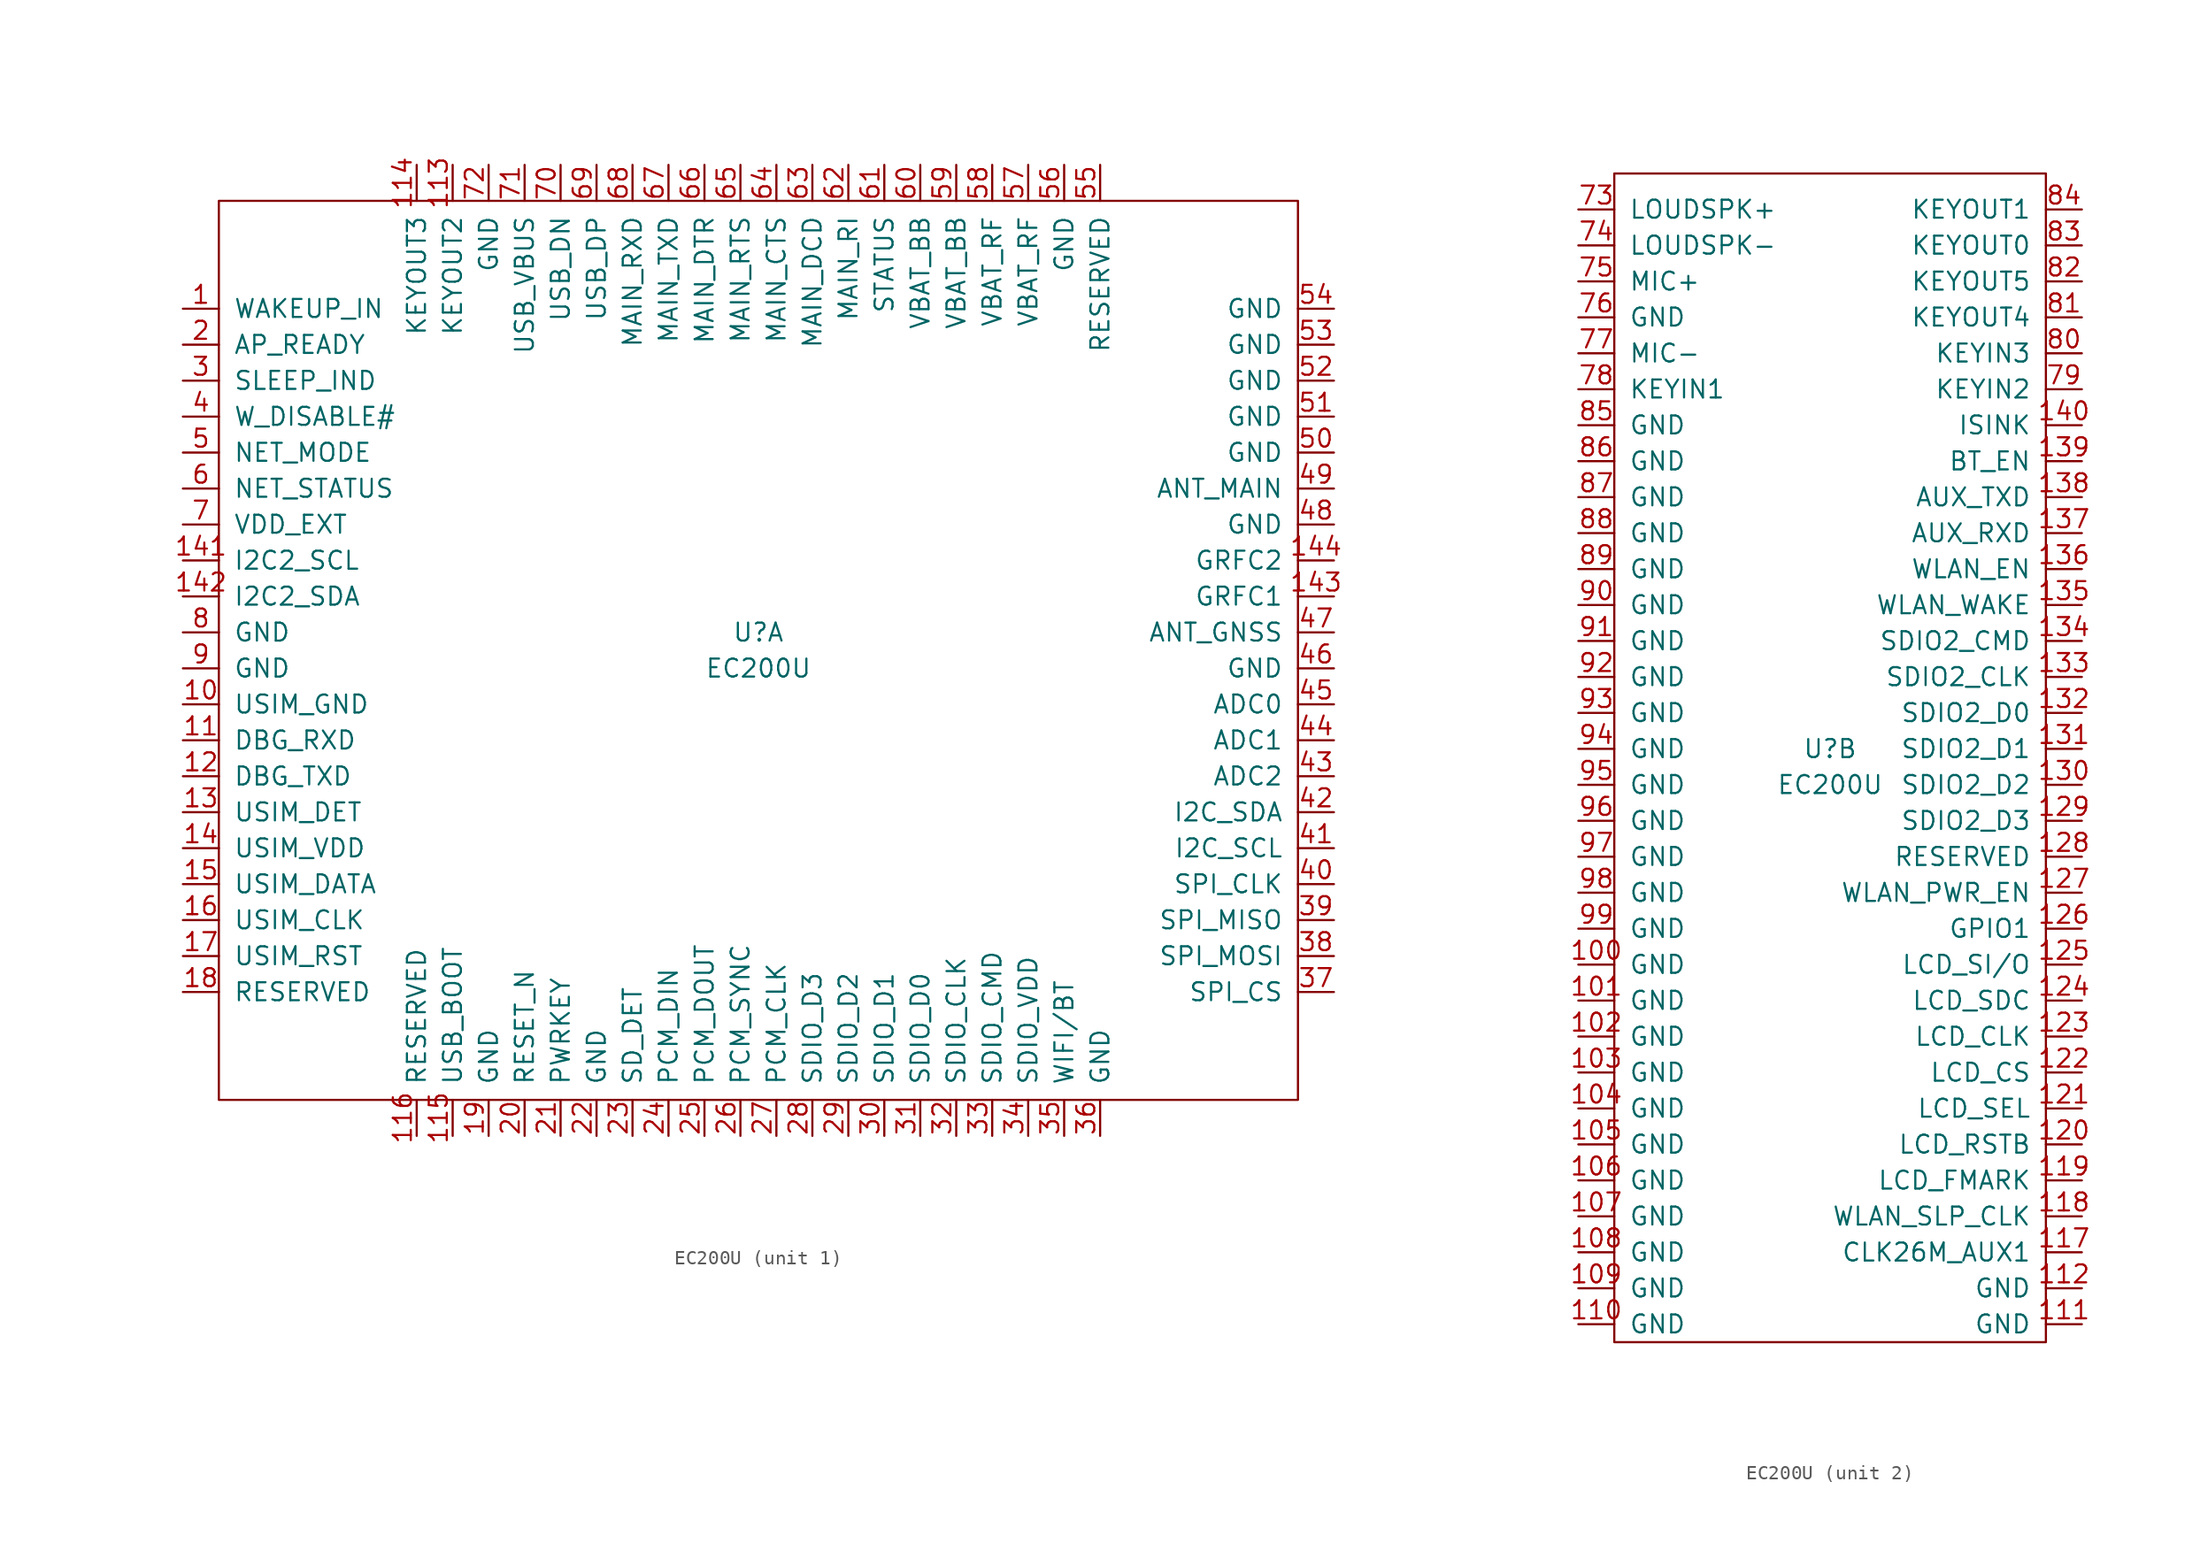
<source format=kicad_sym>
(kicad_symbol_lib
  (version 20211014)
  (generator kicad_symbol_editor)
  (symbol "EC200U"
    (pin_names
      (offset 1.016))
    (property "Reference" "U"
      (at 0 1.27 0)
      (effects (font (size 1.27 1.27))))
    (property "Value" "EC200U"
      (at 0 -1.27 0)
      (effects (font (size 1.27 1.27))))
    (property "ki_locked" ""
      (at 0 0 0)
      (effects (font (size 1.27 1.27))))
    (symbol "EC200U_1_1"
      (rectangle (start -38.1 31.75) (end 38.1 -31.75) (stroke (width 0) (type default) (color 0 0 0 0)) (fill (type none)))
      (pin bidirectional line (at -40.64 24.13 0) (length 2.54) (name "WAKEUP_IN" (effects (font (size 1.27 1.27)))) (number "1" (effects (font (size 1.27 1.27)))))
      (pin power_in line (at -40.64 -3.81 0) (length 2.54) (name "USIM_GND" (effects (font (size 1.27 1.27)))) (number "10" (effects (font (size 1.27 1.27)))))
      (pin bidirectional line (at -40.64 -6.35 0) (length 2.54) (name "DBG_RXD" (effects (font (size 1.27 1.27)))) (number "11" (effects (font (size 1.27 1.27)))))
      (pin bidirectional line (at -21.59 34.29 270) (length 2.54) (name "KEYOUT2" (effects (font (size 1.27 1.27)))) (number "113" (effects (font (size 1.27 1.27)))))
      (pin bidirectional line (at -24.13 34.29 270) (length 2.54) (name "KEYOUT3" (effects (font (size 1.27 1.27)))) (number "114" (effects (font (size 1.27 1.27)))))
      (pin bidirectional line (at -21.59 -34.29 90) (length 2.54) (name "USB_BOOT" (effects (font (size 1.27 1.27)))) (number "115" (effects (font (size 1.27 1.27)))))
      (pin bidirectional line (at -24.13 -34.29 90) (length 2.54) (name "RESERVED" (effects (font (size 1.27 1.27)))) (number "116" (effects (font (size 1.27 1.27)))))
      (pin bidirectional line (at -40.64 -8.89 0) (length 2.54) (name "DBG_TXD" (effects (font (size 1.27 1.27)))) (number "12" (effects (font (size 1.27 1.27)))))
      (pin bidirectional line (at -40.64 -11.43 0) (length 2.54) (name "USIM_DET" (effects (font (size 1.27 1.27)))) (number "13" (effects (font (size 1.27 1.27)))))
      (pin power_out line (at -40.64 -13.97 0) (length 2.54) (name "USIM_VDD" (effects (font (size 1.27 1.27)))) (number "14" (effects (font (size 1.27 1.27)))))
      (pin bidirectional line (at -40.64 6.35 0) (length 2.54) (name "I2C2_SCL" (effects (font (size 1.27 1.27)))) (number "141" (effects (font (size 1.27 1.27)))))
      (pin bidirectional line (at -40.64 3.81 0) (length 2.54) (name "I2C2_SDA" (effects (font (size 1.27 1.27)))) (number "142" (effects (font (size 1.27 1.27)))))
      (pin bidirectional line (at 40.64 3.81 180) (length 2.54) (name "GRFC1" (effects (font (size 1.27 1.27)))) (number "143" (effects (font (size 1.27 1.27)))))
      (pin bidirectional line (at 40.64 6.35 180) (length 2.54) (name "GRFC2" (effects (font (size 1.27 1.27)))) (number "144" (effects (font (size 1.27 1.27)))))
      (pin bidirectional line (at -40.64 -16.51 0) (length 2.54) (name "USIM_DATA" (effects (font (size 1.27 1.27)))) (number "15" (effects (font (size 1.27 1.27)))))
      (pin bidirectional line (at -40.64 -19.05 0) (length 2.54) (name "USIM_CLK" (effects (font (size 1.27 1.27)))) (number "16" (effects (font (size 1.27 1.27)))))
      (pin bidirectional line (at -40.64 -21.59 0) (length 2.54) (name "USIM_RST" (effects (font (size 1.27 1.27)))) (number "17" (effects (font (size 1.27 1.27)))))
      (pin bidirectional line (at -40.64 -24.13 0) (length 2.54) (name "RESERVED" (effects (font (size 1.27 1.27)))) (number "18" (effects (font (size 1.27 1.27)))))
      (pin power_in line (at -19.05 -34.29 90) (length 2.54) (name "GND" (effects (font (size 1.27 1.27)))) (number "19" (effects (font (size 1.27 1.27)))))
      (pin bidirectional line (at -40.64 21.59 0) (length 2.54) (name "AP_READY" (effects (font (size 1.27 1.27)))) (number "2" (effects (font (size 1.27 1.27)))))
      (pin bidirectional line (at -16.51 -34.29 90) (length 2.54) (name "RESET_N" (effects (font (size 1.27 1.27)))) (number "20" (effects (font (size 1.27 1.27)))))
      (pin bidirectional line (at -13.97 -34.29 90) (length 2.54) (name "PWRKEY" (effects (font (size 1.27 1.27)))) (number "21" (effects (font (size 1.27 1.27)))))
      (pin power_in line (at -11.43 -34.29 90) (length 2.54) (name "GND" (effects (font (size 1.27 1.27)))) (number "22" (effects (font (size 1.27 1.27)))))
      (pin bidirectional line (at -8.89 -34.29 90) (length 2.54) (name "SD_DET" (effects (font (size 1.27 1.27)))) (number "23" (effects (font (size 1.27 1.27)))))
      (pin bidirectional line (at -6.35 -34.29 90) (length 2.54) (name "PCM_DIN" (effects (font (size 1.27 1.27)))) (number "24" (effects (font (size 1.27 1.27)))))
      (pin bidirectional line (at -3.81 -34.29 90) (length 2.54) (name "PCM_DOUT" (effects (font (size 1.27 1.27)))) (number "25" (effects (font (size 1.27 1.27)))))
      (pin bidirectional line (at -1.27 -34.29 90) (length 2.54) (name "PCM_SYNC" (effects (font (size 1.27 1.27)))) (number "26" (effects (font (size 1.27 1.27)))))
      (pin bidirectional line (at 1.27 -34.29 90) (length 2.54) (name "PCM_CLK" (effects (font (size 1.27 1.27)))) (number "27" (effects (font (size 1.27 1.27)))))
      (pin bidirectional line (at 3.81 -34.29 90) (length 2.54) (name "SDIO_D3" (effects (font (size 1.27 1.27)))) (number "28" (effects (font (size 1.27 1.27)))))
      (pin bidirectional line (at 6.35 -34.29 90) (length 2.54) (name "SDIO_D2" (effects (font (size 1.27 1.27)))) (number "29" (effects (font (size 1.27 1.27)))))
      (pin bidirectional line (at -40.64 19.05 0) (length 2.54) (name "SLEEP_IND" (effects (font (size 1.27 1.27)))) (number "3" (effects (font (size 1.27 1.27)))))
      (pin bidirectional line (at 8.89 -34.29 90) (length 2.54) (name "SDIO_D1" (effects (font (size 1.27 1.27)))) (number "30" (effects (font (size 1.27 1.27)))))
      (pin bidirectional line (at 11.43 -34.29 90) (length 2.54) (name "SDIO_D0" (effects (font (size 1.27 1.27)))) (number "31" (effects (font (size 1.27 1.27)))))
      (pin bidirectional line (at 13.97 -34.29 90) (length 2.54) (name "SDIO_CLK" (effects (font (size 1.27 1.27)))) (number "32" (effects (font (size 1.27 1.27)))))
      (pin bidirectional line (at 16.51 -34.29 90) (length 2.54) (name "SDIO_CMD" (effects (font (size 1.27 1.27)))) (number "33" (effects (font (size 1.27 1.27)))))
      (pin power_out line (at 19.05 -34.29 90) (length 2.54) (name "SDIO_VDD" (effects (font (size 1.27 1.27)))) (number "34" (effects (font (size 1.27 1.27)))))
      (pin bidirectional line (at 21.59 -34.29 90) (length 2.54) (name "WIFI/BT" (effects (font (size 1.27 1.27)))) (number "35" (effects (font (size 1.27 1.27)))))
      (pin bidirectional line (at 24.13 -34.29 90) (length 2.54) (name "GND" (effects (font (size 1.27 1.27)))) (number "36" (effects (font (size 1.27 1.27)))))
      (pin bidirectional line (at 40.64 -24.13 180) (length 2.54) (name "SPI_CS" (effects (font (size 1.27 1.27)))) (number "37" (effects (font (size 1.27 1.27)))))
      (pin bidirectional line (at 40.64 -21.59 180) (length 2.54) (name "SPI_MOSI" (effects (font (size 1.27 1.27)))) (number "38" (effects (font (size 1.27 1.27)))))
      (pin bidirectional line (at 40.64 -19.05 180) (length 2.54) (name "SPI_MISO" (effects (font (size 1.27 1.27)))) (number "39" (effects (font (size 1.27 1.27)))))
      (pin bidirectional line (at -40.64 16.51 0) (length 2.54) (name "W_DISABLE#" (effects (font (size 1.27 1.27)))) (number "4" (effects (font (size 1.27 1.27)))))
      (pin bidirectional line (at 40.64 -16.51 180) (length 2.54) (name "SPI_CLK" (effects (font (size 1.27 1.27)))) (number "40" (effects (font (size 1.27 1.27)))))
      (pin bidirectional line (at 40.64 -13.97 180) (length 2.54) (name "I2C_SCL" (effects (font (size 1.27 1.27)))) (number "41" (effects (font (size 1.27 1.27)))))
      (pin bidirectional line (at 40.64 -11.43 180) (length 2.54) (name "I2C_SDA" (effects (font (size 1.27 1.27)))) (number "42" (effects (font (size 1.27 1.27)))))
      (pin bidirectional line (at 40.64 -8.89 180) (length 2.54) (name "ADC2" (effects (font (size 1.27 1.27)))) (number "43" (effects (font (size 1.27 1.27)))))
      (pin bidirectional line (at 40.64 -6.35 180) (length 2.54) (name "ADC1" (effects (font (size 1.27 1.27)))) (number "44" (effects (font (size 1.27 1.27)))))
      (pin bidirectional line (at 40.64 -3.81 180) (length 2.54) (name "ADC0" (effects (font (size 1.27 1.27)))) (number "45" (effects (font (size 1.27 1.27)))))
      (pin power_in line (at 40.64 -1.27 180) (length 2.54) (name "GND" (effects (font (size 1.27 1.27)))) (number "46" (effects (font (size 1.27 1.27)))))
      (pin bidirectional line (at 40.64 1.27 180) (length 2.54) (name "ANT_GNSS" (effects (font (size 1.27 1.27)))) (number "47" (effects (font (size 1.27 1.27)))))
      (pin power_in line (at 40.64 8.89 180) (length 2.54) (name "GND" (effects (font (size 1.27 1.27)))) (number "48" (effects (font (size 1.27 1.27)))))
      (pin bidirectional line (at 40.64 11.43 180) (length 2.54) (name "ANT_MAIN" (effects (font (size 1.27 1.27)))) (number "49" (effects (font (size 1.27 1.27)))))
      (pin bidirectional line (at -40.64 13.97 0) (length 2.54) (name "NET_MODE" (effects (font (size 1.27 1.27)))) (number "5" (effects (font (size 1.27 1.27)))))
      (pin power_in line (at 40.64 13.97 180) (length 2.54) (name "GND" (effects (font (size 1.27 1.27)))) (number "50" (effects (font (size 1.27 1.27)))))
      (pin power_in line (at 40.64 16.51 180) (length 2.54) (name "GND" (effects (font (size 1.27 1.27)))) (number "51" (effects (font (size 1.27 1.27)))))
      (pin power_in line (at 40.64 19.05 180) (length 2.54) (name "GND" (effects (font (size 1.27 1.27)))) (number "52" (effects (font (size 1.27 1.27)))))
      (pin power_in line (at 40.64 21.59 180) (length 2.54) (name "GND" (effects (font (size 1.27 1.27)))) (number "53" (effects (font (size 1.27 1.27)))))
      (pin power_in line (at 40.64 24.13 180) (length 2.54) (name "GND" (effects (font (size 1.27 1.27)))) (number "54" (effects (font (size 1.27 1.27)))))
      (pin bidirectional line (at 24.13 34.29 270) (length 2.54) (name "RESERVED" (effects (font (size 1.27 1.27)))) (number "55" (effects (font (size 1.27 1.27)))))
      (pin power_in line (at 21.59 34.29 270) (length 2.54) (name "GND" (effects (font (size 1.27 1.27)))) (number "56" (effects (font (size 1.27 1.27)))))
      (pin power_in line (at 19.05 34.29 270) (length 2.54) (name "VBAT_RF" (effects (font (size 1.27 1.27)))) (number "57" (effects (font (size 1.27 1.27)))))
      (pin power_in line (at 16.51 34.29 270) (length 2.54) (name "VBAT_RF" (effects (font (size 1.27 1.27)))) (number "58" (effects (font (size 1.27 1.27)))))
      (pin power_in line (at 13.97 34.29 270) (length 2.54) (name "VBAT_BB" (effects (font (size 1.27 1.27)))) (number "59" (effects (font (size 1.27 1.27)))))
      (pin bidirectional line (at -40.64 11.43 0) (length 2.54) (name "NET_STATUS" (effects (font (size 1.27 1.27)))) (number "6" (effects (font (size 1.27 1.27)))))
      (pin power_in line (at 11.43 34.29 270) (length 2.54) (name "VBAT_BB" (effects (font (size 1.27 1.27)))) (number "60" (effects (font (size 1.27 1.27)))))
      (pin bidirectional line (at 8.89 34.29 270) (length 2.54) (name "STATUS" (effects (font (size 1.27 1.27)))) (number "61" (effects (font (size 1.27 1.27)))))
      (pin bidirectional line (at 6.35 34.29 270) (length 2.54) (name "MAIN_RI" (effects (font (size 1.27 1.27)))) (number "62" (effects (font (size 1.27 1.27)))))
      (pin bidirectional line (at 3.81 34.29 270) (length 2.54) (name "MAIN_DCD" (effects (font (size 1.27 1.27)))) (number "63" (effects (font (size 1.27 1.27)))))
      (pin bidirectional line (at 1.27 34.29 270) (length 2.54) (name "MAIN_CTS" (effects (font (size 1.27 1.27)))) (number "64" (effects (font (size 1.27 1.27)))))
      (pin bidirectional line (at -1.27 34.29 270) (length 2.54) (name "MAIN_RTS" (effects (font (size 1.27 1.27)))) (number "65" (effects (font (size 1.27 1.27)))))
      (pin bidirectional line (at -3.81 34.29 270) (length 2.54) (name "MAIN_DTR" (effects (font (size 1.27 1.27)))) (number "66" (effects (font (size 1.27 1.27)))))
      (pin bidirectional line (at -6.35 34.29 270) (length 2.54) (name "MAIN_TXD" (effects (font (size 1.27 1.27)))) (number "67" (effects (font (size 1.27 1.27)))))
      (pin bidirectional line (at -8.89 34.29 270) (length 2.54) (name "MAIN_RXD" (effects (font (size 1.27 1.27)))) (number "68" (effects (font (size 1.27 1.27)))))
      (pin bidirectional line (at -11.43 34.29 270) (length 2.54) (name "USB_DP" (effects (font (size 1.27 1.27)))) (number "69" (effects (font (size 1.27 1.27)))))
      (pin power_out line (at -40.64 8.89 0) (length 2.54) (name "VDD_EXT" (effects (font (size 1.27 1.27)))) (number "7" (effects (font (size 1.27 1.27)))))
      (pin bidirectional line (at -13.97 34.29 270) (length 2.54) (name "USB_DN" (effects (font (size 1.27 1.27)))) (number "70" (effects (font (size 1.27 1.27)))))
      (pin bidirectional line (at -16.51 34.29 270) (length 2.54) (name "USB_VBUS" (effects (font (size 1.27 1.27)))) (number "71" (effects (font (size 1.27 1.27)))))
      (pin power_in line (at -19.05 34.29 270) (length 2.54) (name "GND" (effects (font (size 1.27 1.27)))) (number "72" (effects (font (size 1.27 1.27)))))
      (pin power_in line (at -40.64 1.27 0) (length 2.54) (name "GND" (effects (font (size 1.27 1.27)))) (number "8" (effects (font (size 1.27 1.27)))))
      (pin power_in line (at -40.64 -1.27 0) (length 2.54) (name "GND" (effects (font (size 1.27 1.27)))) (number "9" (effects (font (size 1.27 1.27))))))
    (symbol "EC200U_2_1"
      (rectangle (start -15.24 41.91) (end 15.24 -40.64) (stroke (width 0) (type default) (color 0 0 0 0)) (fill (type none)))
      (pin power_in line (at -17.78 -13.97 0) (length 2.54) (name "GND" (effects (font (size 1.27 1.27)))) (number "100" (effects (font (size 1.27 1.27)))))
      (pin power_in line (at -17.78 -16.51 0) (length 2.54) (name "GND" (effects (font (size 1.27 1.27)))) (number "101" (effects (font (size 1.27 1.27)))))
      (pin power_in line (at -17.78 -19.05 0) (length 2.54) (name "GND" (effects (font (size 1.27 1.27)))) (number "102" (effects (font (size 1.27 1.27)))))
      (pin power_in line (at -17.78 -21.59 0) (length 2.54) (name "GND" (effects (font (size 1.27 1.27)))) (number "103" (effects (font (size 1.27 1.27)))))
      (pin power_in line (at -17.78 -24.13 0) (length 2.54) (name "GND" (effects (font (size 1.27 1.27)))) (number "104" (effects (font (size 1.27 1.27)))))
      (pin power_in line (at -17.78 -26.67 0) (length 2.54) (name "GND" (effects (font (size 1.27 1.27)))) (number "105" (effects (font (size 1.27 1.27)))))
      (pin power_in line (at -17.78 -29.21 0) (length 2.54) (name "GND" (effects (font (size 1.27 1.27)))) (number "106" (effects (font (size 1.27 1.27)))))
      (pin power_in line (at -17.78 -31.75 0) (length 2.54) (name "GND" (effects (font (size 1.27 1.27)))) (number "107" (effects (font (size 1.27 1.27)))))
      (pin power_in line (at -17.78 -34.29 0) (length 2.54) (name "GND" (effects (font (size 1.27 1.27)))) (number "108" (effects (font (size 1.27 1.27)))))
      (pin power_in line (at -17.78 -36.83 0) (length 2.54) (name "GND" (effects (font (size 1.27 1.27)))) (number "109" (effects (font (size 1.27 1.27)))))
      (pin power_in line (at -17.78 -39.37 0) (length 2.54) (name "GND" (effects (font (size 1.27 1.27)))) (number "110" (effects (font (size 1.27 1.27)))))
      (pin power_in line (at 17.78 -39.37 180) (length 2.54) (name "GND" (effects (font (size 1.27 1.27)))) (number "111" (effects (font (size 1.27 1.27)))))
      (pin power_in line (at 17.78 -36.83 180) (length 2.54) (name "GND" (effects (font (size 1.27 1.27)))) (number "112" (effects (font (size 1.27 1.27)))))
      (pin bidirectional line (at 17.78 -34.29 180) (length 2.54) (name "CLK26M_AUX1" (effects (font (size 1.27 1.27)))) (number "117" (effects (font (size 1.27 1.27)))))
      (pin bidirectional line (at 17.78 -31.75 180) (length 2.54) (name "WLAN_SLP_CLK" (effects (font (size 1.27 1.27)))) (number "118" (effects (font (size 1.27 1.27)))))
      (pin bidirectional line (at 17.78 -29.21 180) (length 2.54) (name "LCD_FMARK" (effects (font (size 1.27 1.27)))) (number "119" (effects (font (size 1.27 1.27)))))
      (pin bidirectional line (at 17.78 -26.67 180) (length 2.54) (name "LCD_RSTB" (effects (font (size 1.27 1.27)))) (number "120" (effects (font (size 1.27 1.27)))))
      (pin bidirectional line (at 17.78 -24.13 180) (length 2.54) (name "LCD_SEL" (effects (font (size 1.27 1.27)))) (number "121" (effects (font (size 1.27 1.27)))))
      (pin bidirectional line (at 17.78 -21.59 180) (length 2.54) (name "LCD_CS" (effects (font (size 1.27 1.27)))) (number "122" (effects (font (size 1.27 1.27)))))
      (pin bidirectional line (at 17.78 -19.05 180) (length 2.54) (name "LCD_CLK" (effects (font (size 1.27 1.27)))) (number "123" (effects (font (size 1.27 1.27)))))
      (pin bidirectional line (at 17.78 -16.51 180) (length 2.54) (name "LCD_SDC" (effects (font (size 1.27 1.27)))) (number "124" (effects (font (size 1.27 1.27)))))
      (pin bidirectional line (at 17.78 -13.97 180) (length 2.54) (name "LCD_SI/O" (effects (font (size 1.27 1.27)))) (number "125" (effects (font (size 1.27 1.27)))))
      (pin bidirectional line (at 17.78 -11.43 180) (length 2.54) (name "GPIO1" (effects (font (size 1.27 1.27)))) (number "126" (effects (font (size 1.27 1.27)))))
      (pin bidirectional line (at 17.78 -8.89 180) (length 2.54) (name "WLAN_PWR_EN" (effects (font (size 1.27 1.27)))) (number "127" (effects (font (size 1.27 1.27)))))
      (pin bidirectional line (at 17.78 -6.35 180) (length 2.54) (name "RESERVED" (effects (font (size 1.27 1.27)))) (number "128" (effects (font (size 1.27 1.27)))))
      (pin bidirectional line (at 17.78 -3.81 180) (length 2.54) (name "SDIO2_D3" (effects (font (size 1.27 1.27)))) (number "129" (effects (font (size 1.27 1.27)))))
      (pin bidirectional line (at 17.78 -1.27 180) (length 2.54) (name "SDIO2_D2" (effects (font (size 1.27 1.27)))) (number "130" (effects (font (size 1.27 1.27)))))
      (pin bidirectional line (at 17.78 1.27 180) (length 2.54) (name "SDIO2_D1" (effects (font (size 1.27 1.27)))) (number "131" (effects (font (size 1.27 1.27)))))
      (pin bidirectional line (at 17.78 3.81 180) (length 2.54) (name "SDIO2_D0" (effects (font (size 1.27 1.27)))) (number "132" (effects (font (size 1.27 1.27)))))
      (pin bidirectional line (at 17.78 6.35 180) (length 2.54) (name "SDIO2_CLK" (effects (font (size 1.27 1.27)))) (number "133" (effects (font (size 1.27 1.27)))))
      (pin bidirectional line (at 17.78 8.89 180) (length 2.54) (name "SDIO2_CMD" (effects (font (size 1.27 1.27)))) (number "134" (effects (font (size 1.27 1.27)))))
      (pin bidirectional line (at 17.78 11.43 180) (length 2.54) (name "WLAN_WAKE" (effects (font (size 1.27 1.27)))) (number "135" (effects (font (size 1.27 1.27)))))
      (pin bidirectional line (at 17.78 13.97 180) (length 2.54) (name "WLAN_EN" (effects (font (size 1.27 1.27)))) (number "136" (effects (font (size 1.27 1.27)))))
      (pin bidirectional line (at 17.78 16.51 180) (length 2.54) (name "AUX_RXD" (effects (font (size 1.27 1.27)))) (number "137" (effects (font (size 1.27 1.27)))))
      (pin bidirectional line (at 17.78 19.05 180) (length 2.54) (name "AUX_TXD" (effects (font (size 1.27 1.27)))) (number "138" (effects (font (size 1.27 1.27)))))
      (pin bidirectional line (at 17.78 21.59 180) (length 2.54) (name "BT_EN" (effects (font (size 1.27 1.27)))) (number "139" (effects (font (size 1.27 1.27)))))
      (pin bidirectional line (at 17.78 24.13 180) (length 2.54) (name "ISINK" (effects (font (size 1.27 1.27)))) (number "140" (effects (font (size 1.27 1.27)))))
      (pin bidirectional line (at -17.78 39.37 0) (length 2.54) (name "LOUDSPK+" (effects (font (size 1.27 1.27)))) (number "73" (effects (font (size 1.27 1.27)))))
      (pin bidirectional line (at -17.78 36.83 0) (length 2.54) (name "LOUDSPK-" (effects (font (size 1.27 1.27)))) (number "74" (effects (font (size 1.27 1.27)))))
      (pin bidirectional line (at -17.78 34.29 0) (length 2.54) (name "MIC+" (effects (font (size 1.27 1.27)))) (number "75" (effects (font (size 1.27 1.27)))))
      (pin power_in line (at -17.78 31.75 0) (length 2.54) (name "GND" (effects (font (size 1.27 1.27)))) (number "76" (effects (font (size 1.27 1.27)))))
      (pin bidirectional line (at -17.78 29.21 0) (length 2.54) (name "MIC-" (effects (font (size 1.27 1.27)))) (number "77" (effects (font (size 1.27 1.27)))))
      (pin bidirectional line (at -17.78 26.67 0) (length 2.54) (name "KEYIN1" (effects (font (size 1.27 1.27)))) (number "78" (effects (font (size 1.27 1.27)))))
      (pin bidirectional line (at 17.78 26.67 180) (length 2.54) (name "KEYIN2" (effects (font (size 1.27 1.27)))) (number "79" (effects (font (size 1.27 1.27)))))
      (pin bidirectional line (at 17.78 29.21 180) (length 2.54) (name "KEYIN3" (effects (font (size 1.27 1.27)))) (number "80" (effects (font (size 1.27 1.27)))))
      (pin bidirectional line (at 17.78 31.75 180) (length 2.54) (name "KEYOUT4" (effects (font (size 1.27 1.27)))) (number "81" (effects (font (size 1.27 1.27)))))
      (pin bidirectional line (at 17.78 34.29 180) (length 2.54) (name "KEYOUT5" (effects (font (size 1.27 1.27)))) (number "82" (effects (font (size 1.27 1.27)))))
      (pin bidirectional line (at 17.78 36.83 180) (length 2.54) (name "KEYOUT0" (effects (font (size 1.27 1.27)))) (number "83" (effects (font (size 1.27 1.27)))))
      (pin bidirectional line (at 17.78 39.37 180) (length 2.54) (name "KEYOUT1" (effects (font (size 1.27 1.27)))) (number "84" (effects (font (size 1.27 1.27)))))
      (pin power_in line (at -17.78 24.13 0) (length 2.54) (name "GND" (effects (font (size 1.27 1.27)))) (number "85" (effects (font (size 1.27 1.27)))))
      (pin power_in line (at -17.78 21.59 0) (length 2.54) (name "GND" (effects (font (size 1.27 1.27)))) (number "86" (effects (font (size 1.27 1.27)))))
      (pin power_in line (at -17.78 19.05 0) (length 2.54) (name "GND" (effects (font (size 1.27 1.27)))) (number "87" (effects (font (size 1.27 1.27)))))
      (pin power_in line (at -17.78 16.51 0) (length 2.54) (name "GND" (effects (font (size 1.27 1.27)))) (number "88" (effects (font (size 1.27 1.27)))))
      (pin power_in line (at -17.78 13.97 0) (length 2.54) (name "GND" (effects (font (size 1.27 1.27)))) (number "89" (effects (font (size 1.27 1.27)))))
      (pin power_in line (at -17.78 11.43 0) (length 2.54) (name "GND" (effects (font (size 1.27 1.27)))) (number "90" (effects (font (size 1.27 1.27)))))
      (pin power_in line (at -17.78 8.89 0) (length 2.54) (name "GND" (effects (font (size 1.27 1.27)))) (number "91" (effects (font (size 1.27 1.27)))))
      (pin power_in line (at -17.78 6.35 0) (length 2.54) (name "GND" (effects (font (size 1.27 1.27)))) (number "92" (effects (font (size 1.27 1.27)))))
      (pin power_in line (at -17.78 3.81 0) (length 2.54) (name "GND" (effects (font (size 1.27 1.27)))) (number "93" (effects (font (size 1.27 1.27)))))
      (pin power_in line (at -17.78 1.27 0) (length 2.54) (name "GND" (effects (font (size 1.27 1.27)))) (number "94" (effects (font (size 1.27 1.27)))))
      (pin power_in line (at -17.78 -1.27 0) (length 2.54) (name "GND" (effects (font (size 1.27 1.27)))) (number "95" (effects (font (size 1.27 1.27)))))
      (pin power_in line (at -17.78 -3.81 0) (length 2.54) (name "GND" (effects (font (size 1.27 1.27)))) (number "96" (effects (font (size 1.27 1.27)))))
      (pin power_in line (at -17.78 -6.35 0) (length 2.54) (name "GND" (effects (font (size 1.27 1.27)))) (number "97" (effects (font (size 1.27 1.27)))))
      (pin power_in line (at -17.78 -8.89 0) (length 2.54) (name "GND" (effects (font (size 1.27 1.27)))) (number "98" (effects (font (size 1.27 1.27)))))
      (pin power_in line (at -17.78 -11.43 0) (length 2.54) (name "GND" (effects (font (size 1.27 1.27)))) (number "99" (effects (font (size 1.27 1.27))))))))
</source>
